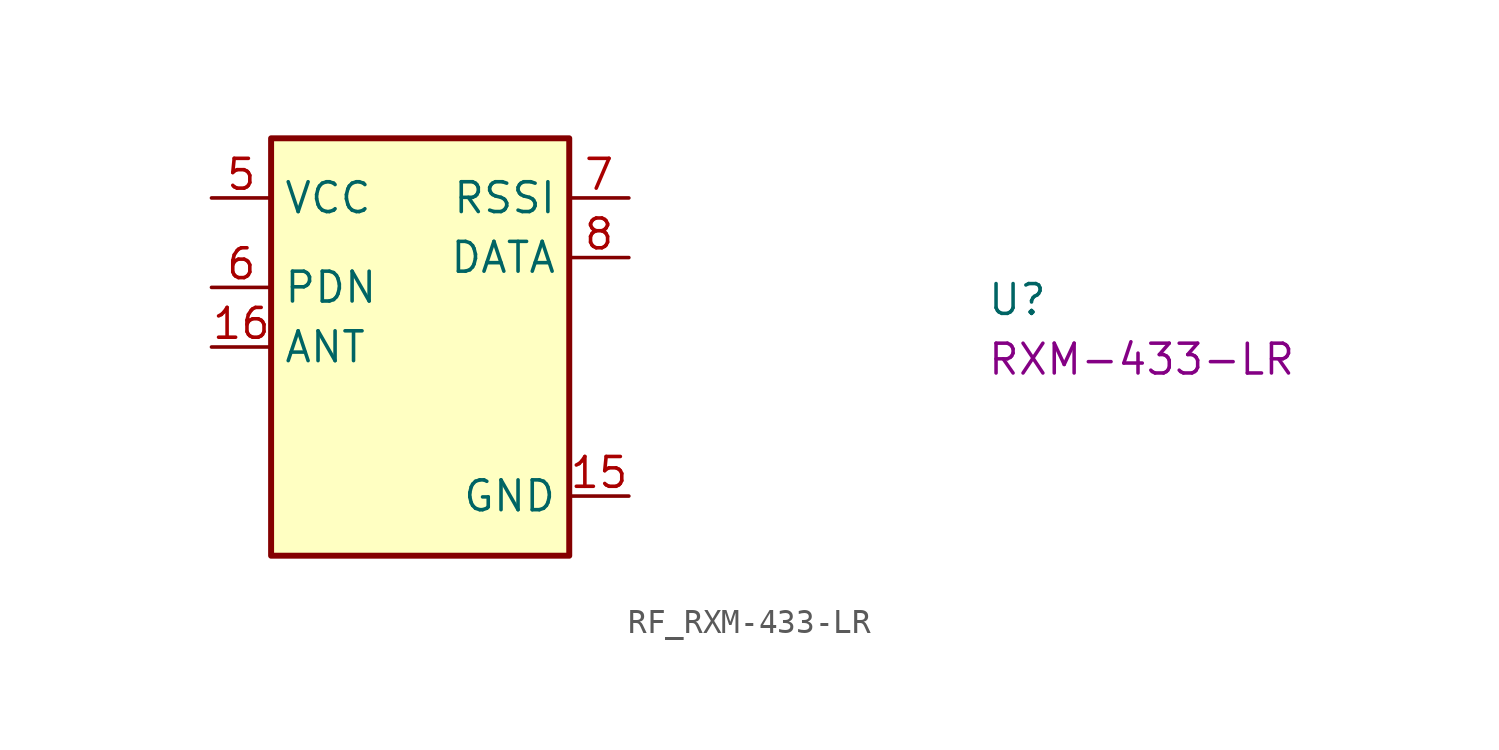
<source format=kicad_sym>
(kicad_symbol_lib
  (version 20220914)
  (generator kicad_symbol_editor)
  (symbol "RF_RXM-433-LR"
    (property "Reference" "U"
      (at 33.02 -5.08 0)
      (effects (font (size 1.27 1.27) (thickness 0.15)) (justify left bottom)))
    (property "MPN" "RXM-433-LR"
      (at 33.02 -7.62 0)
      (effects (font (size 1.27 1.27) (thickness 0.15)) (justify left bottom)))
    (symbol "RF_RXM-433-LR_1_1"
      (rectangle (start 2.54 2.54) (end 15.24 -15.24) (stroke (width 0.254) (type default)) (fill (type background)))
      (pin no_connect line (at 15.24 -5.08 180) (length 2.54) hide (name "NC" (effects (font (size 1.27 1.27)))) (number "1" (effects (font (size 1.27 1.27)))))
      (pin no_connect line (at 15.24 -10.16 180) (length 2.54) hide (name "NC" (effects (font (size 1.27 1.27)))) (number "10" (effects (font (size 1.27 1.27)))))
      (pin no_connect line (at 2.54 -12.7 0) (length 2.54) hide (name "NC" (effects (font (size 1.27 1.27)))) (number "11" (effects (font (size 1.27 1.27)))))
      (pin no_connect line (at 2.54 -8.89 0) (length 2.54) hide (name "NC" (effects (font (size 1.27 1.27)))) (number "12" (effects (font (size 1.27 1.27)))))
      (pin no_connect line (at 2.54 -10.16 0) (length 2.54) hide (name "NC" (effects (font (size 1.27 1.27)))) (number "13" (effects (font (size 1.27 1.27)))))
      (pin no_connect line (at 2.54 -11.43 0) (length 2.54) hide (name "NC" (effects (font (size 1.27 1.27)))) (number "14" (effects (font (size 1.27 1.27)))))
      (pin power_in line (at 17.78 -12.7 180) (length 2.54) (name "GND" (effects (font (size 1.27 1.27)))) (number "15" (effects (font (size 1.27 1.27)))))
      (pin input line (at 0 -6.35 0) (length 2.54) (name "ANT" (effects (font (size 1.27 1.27)))) (number "16" (effects (font (size 1.27 1.27)))))
      (pin no_connect line (at 15.24 -6.35 180) (length 2.54) hide (name "NC" (effects (font (size 1.27 1.27)))) (number "2" (effects (font (size 1.27 1.27)))))
      (pin no_connect line (at 15.24 -7.62 180) (length 2.54) hide (name "NC" (effects (font (size 1.27 1.27)))) (number "3" (effects (font (size 1.27 1.27)))))
      (pin passive line (at 17.78 -12.7 180) (length 2.54) hide (name "GND" (effects (font (size 1.27 1.27)))) (number "4" (effects (font (size 1.27 1.27)))))
      (pin power_in line (at 0 0 0) (length 2.54) (name "VCC" (effects (font (size 1.27 1.27)))) (number "5" (effects (font (size 1.27 1.27)))))
      (pin input line (at 0 -3.81 0) (length 2.54) (name "PDN" (effects (font (size 1.27 1.27)))) (number "6" (effects (font (size 1.27 1.27)))))
      (pin output line (at 17.78 0 180) (length 2.54) (name "RSSI" (effects (font (size 1.27 1.27)))) (number "7" (effects (font (size 1.27 1.27)))))
      (pin output line (at 17.78 -2.54 180) (length 2.54) (name "DATA" (effects (font (size 1.27 1.27)))) (number "8" (effects (font (size 1.27 1.27)))))
      (pin no_connect line (at 15.24 -8.89 180) (length 2.54) hide (name "NC" (effects (font (size 1.27 1.27)))) (number "9" (effects (font (size 1.27 1.27))))))))
</source>
